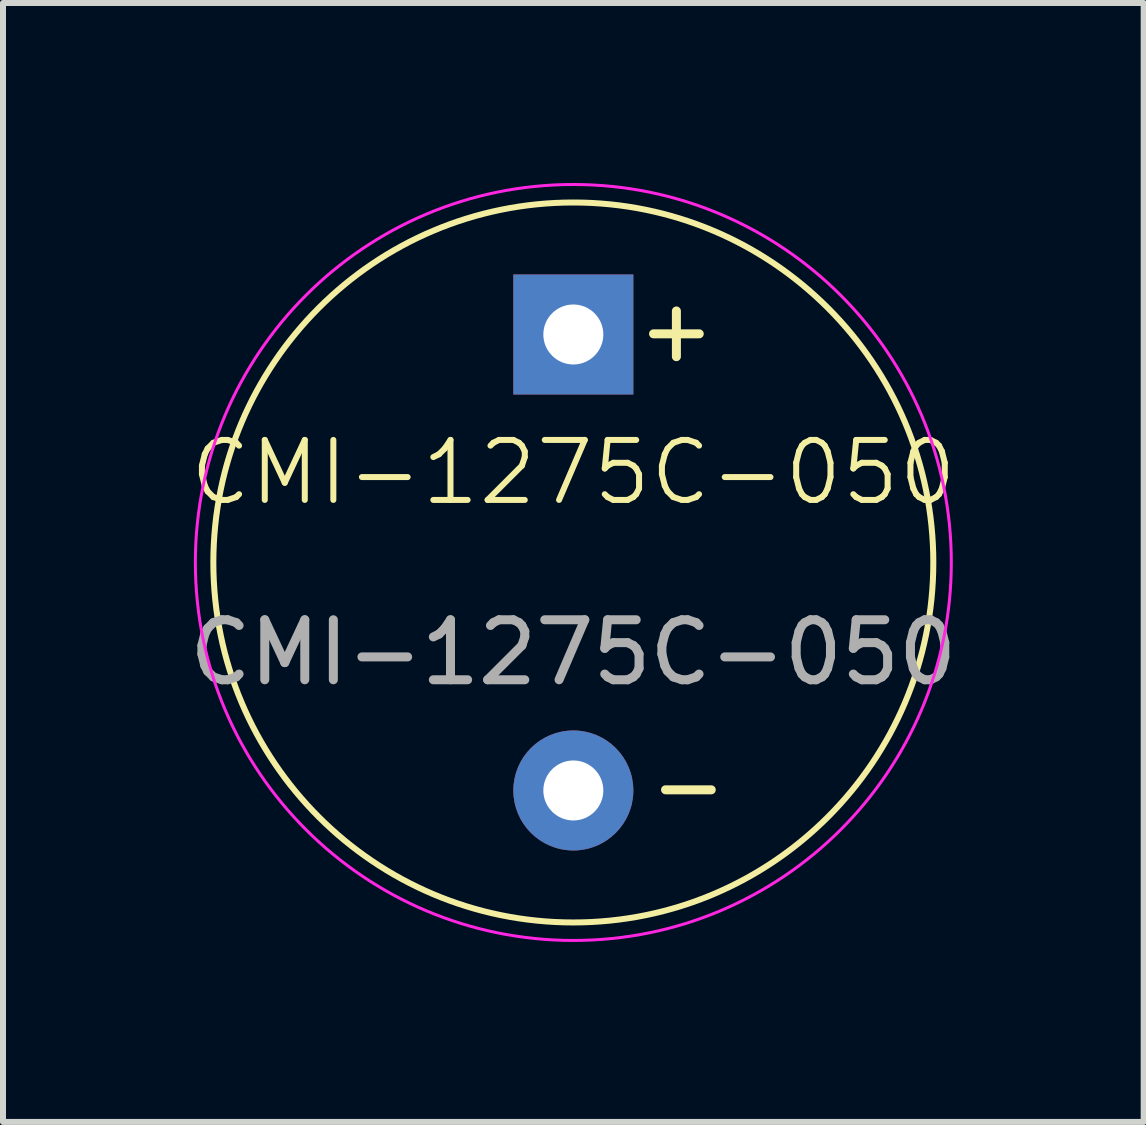
<source format=kicad_pcb>
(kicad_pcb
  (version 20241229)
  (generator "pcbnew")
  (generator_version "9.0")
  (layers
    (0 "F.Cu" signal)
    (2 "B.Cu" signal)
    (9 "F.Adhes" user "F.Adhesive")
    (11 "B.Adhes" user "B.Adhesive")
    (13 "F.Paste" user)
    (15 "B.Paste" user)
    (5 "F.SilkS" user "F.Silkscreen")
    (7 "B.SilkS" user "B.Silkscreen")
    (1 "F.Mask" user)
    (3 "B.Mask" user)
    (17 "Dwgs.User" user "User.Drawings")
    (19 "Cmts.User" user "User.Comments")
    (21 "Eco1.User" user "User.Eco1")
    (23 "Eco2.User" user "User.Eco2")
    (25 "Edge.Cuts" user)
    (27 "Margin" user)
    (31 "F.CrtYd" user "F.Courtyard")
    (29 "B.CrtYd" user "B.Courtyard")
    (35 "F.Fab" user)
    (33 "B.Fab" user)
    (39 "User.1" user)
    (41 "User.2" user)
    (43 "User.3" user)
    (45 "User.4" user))
  (footprint "CMI-1275C-050"
    (layer "F.Cu")
    (at 6.506 6.325)
    (property "Reference" "CMI-1275C-050" (at 0 -1.5 0) (unlocked yes) (layer "F.SilkS") (effects (font (size 1 1) (thickness 0.1))))
    (attr through_hole)
    (fp_circle (center 0 0) (end 6 0) (stroke (width 0.1) (type default)) (fill no) (layer "F.SilkS"))
    (fp_circle (center 0 0) (end 6.3 0) (stroke (width 0.05) (type default)) (fill no) (layer "F.CrtYd"))
    (fp_text user "+" (at 1 -3.3 0) (unlocked yes) (layer "F.SilkS") (effects (font (size 1 1) (thickness 0.15)) (justify left bottom)))
    (fp_text user "-" (at 1.2 4.3 0) (unlocked yes) (layer "F.SilkS") (effects (font (size 1 1) (thickness 0.15)) (justify left bottom)))
    (fp_text user "${REFERENCE}" (at 0 1.5 0) (unlocked yes) (layer "F.Fab") (effects (font (size 1 1) (thickness 0.15))))
    (pad "1" thru_hole rect (at 0 -3.8) (size 2 2) (drill 1) (layers "*.Cu" "*.Mask"))
    (pad "2" thru_hole circle (at 0 3.8) (size 2 2) (drill 1) (layers "*.Cu" "*.Mask")))
  (gr_rect
    (start -3 -3)
    (end 16.012 15.65)
    (stroke (width 0.1) (type default))
    (fill no)
    (layer "Edge.Cuts")))
</source>
